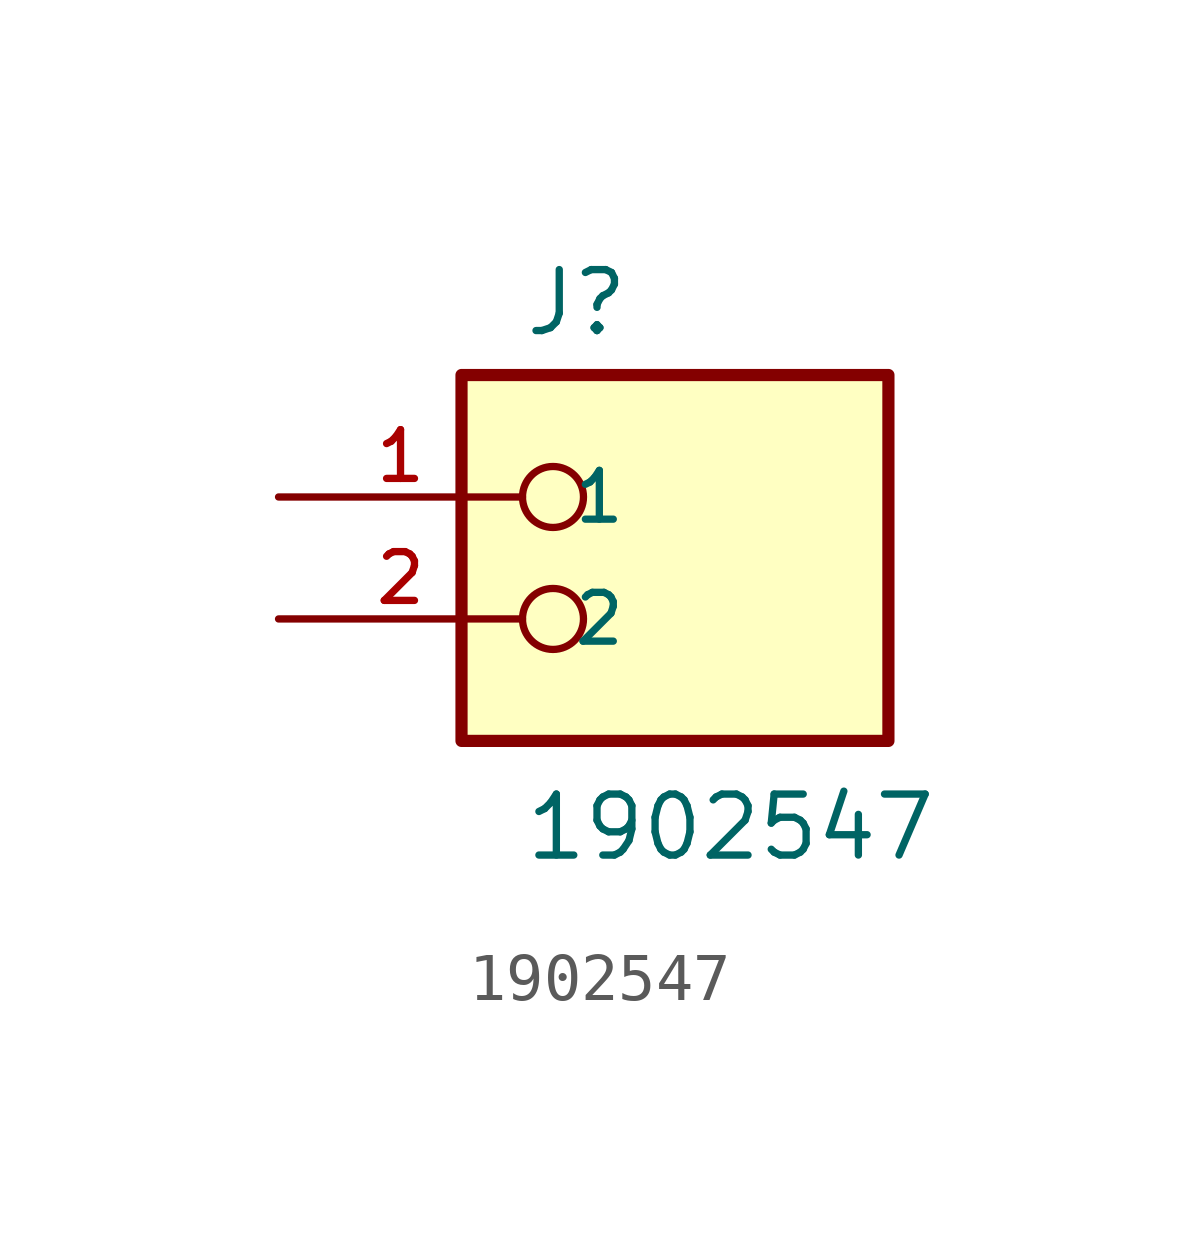
<source format=kicad_sym>
(kicad_symbol_lib
  (version 20211014)
  (generator kicad_symbol_editor)
  (symbol "1902547"
    (pin_names
      (offset 1.016))
    (property "Reference" "J"
      (at -2.54 3.302 0)
      (effects (font (size 1.27 1.27)) (justify bottom left)))
    (property "Value" "1902547"
      (at -2.54 -7.62 0)
      (effects (font (size 1.27 1.27)) (justify bottom left)))
    (symbol "1902547_0_0"
      (circle (center -1.905 0.0) (radius 0.635) (stroke (width 0.152)) (fill (type none)))
      (circle (center -1.905 -2.54) (radius 0.635) (stroke (width 0.152)) (fill (type none)))
      (rectangle (start -3.81 -5.08) (end 5.08 2.54) (stroke (width 0.254)) (fill (type background)))
      (pin passive line (at -7.62 0.0 0) (length 5.08) (name "1" (effects (font (size 1.016 1.016)))) (number "1" (effects (font (size 1.016 1.016)))))
      (pin passive line (at -7.62 -2.54 0) (length 5.08) (name "2" (effects (font (size 1.016 1.016)))) (number "2" (effects (font (size 1.016 1.016))))))))
</source>
